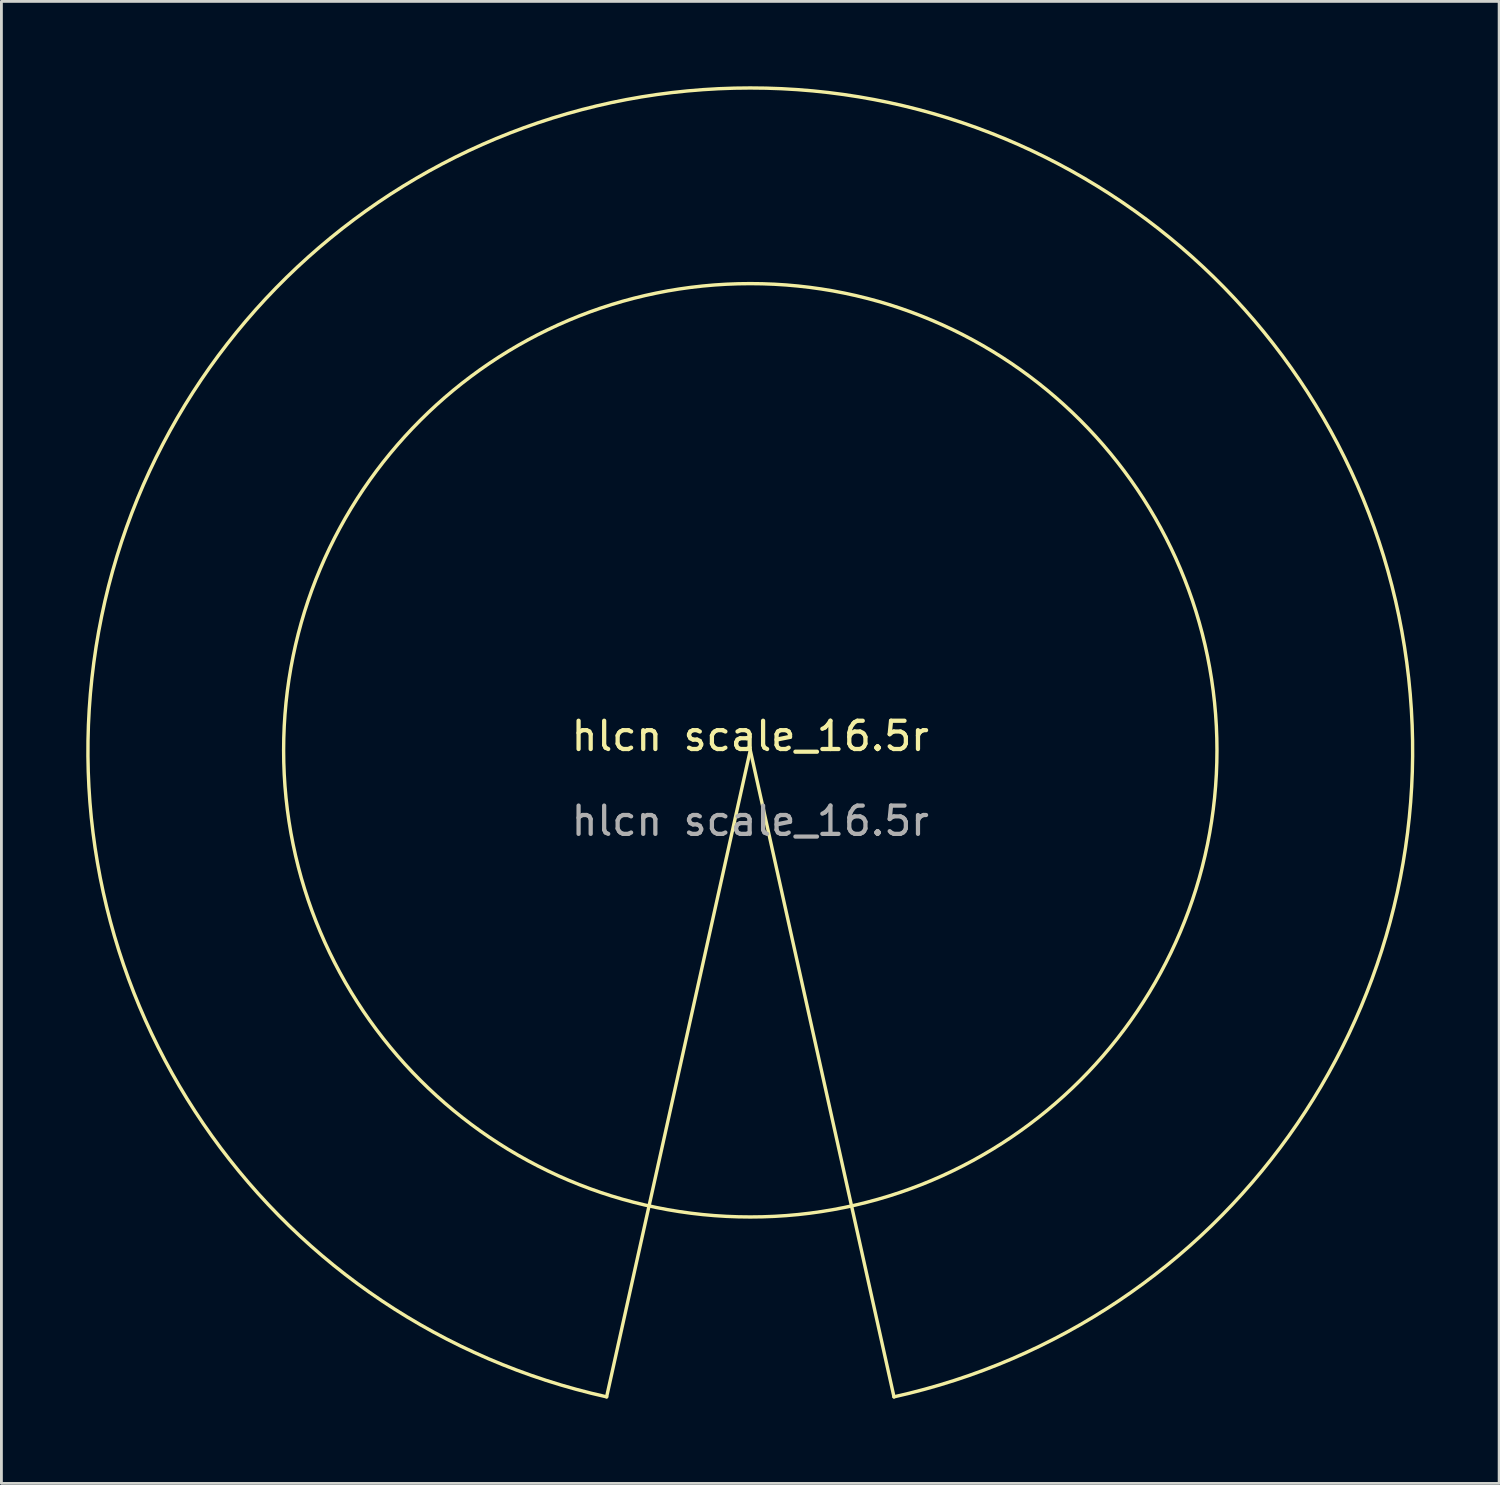
<source format=kicad_pcb>
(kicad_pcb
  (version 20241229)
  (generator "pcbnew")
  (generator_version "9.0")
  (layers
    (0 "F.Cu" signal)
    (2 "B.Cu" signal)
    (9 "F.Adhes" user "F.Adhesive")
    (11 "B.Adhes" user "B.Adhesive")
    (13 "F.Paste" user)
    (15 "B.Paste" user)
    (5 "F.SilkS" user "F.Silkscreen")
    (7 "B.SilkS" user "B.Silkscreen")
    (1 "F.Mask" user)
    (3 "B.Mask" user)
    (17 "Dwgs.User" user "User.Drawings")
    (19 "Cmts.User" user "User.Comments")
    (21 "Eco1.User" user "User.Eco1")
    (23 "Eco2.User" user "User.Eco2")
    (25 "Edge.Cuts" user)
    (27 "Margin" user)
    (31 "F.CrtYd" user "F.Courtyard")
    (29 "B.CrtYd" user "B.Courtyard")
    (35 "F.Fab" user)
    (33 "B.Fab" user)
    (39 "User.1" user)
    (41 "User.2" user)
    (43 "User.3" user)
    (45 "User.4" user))
  (footprint "hlcn scale_16.5r"
    (layer "F.Cu")
    (at 23.478 23.478)
    (property "Reference" "hlcn scale_16.5r" (at 0 -0.5 0) (unlocked yes) (layer "F.SilkS") (effects (font (size 1 1) (thickness 0.15))))
    (fp_line (start 0 0) (end -5.08 22.86) (stroke (width 0.12) (type solid)) (layer "F.SilkS"))
    (fp_line (start 0 0) (end 5.08 22.86) (stroke (width 0.12) (type solid)) (layer "F.SilkS"))
    (fp_arc (start -5.08 22.859999) (mid 0 -23.417642) (end 5.08 22.859999) (stroke (width 0.12) (type solid)) (layer "F.SilkS"))
    (fp_circle (center 0 0) (end 16.5 0) (stroke (width 0.12) (type solid)) (fill no) (layer "F.SilkS"))
    (fp_text user "${REFERENCE}" (at 0 2.5 0) (unlocked yes) (layer "F.Fab") (effects (font (size 1 1) (thickness 0.15)))))
  (gr_rect
    (start -3 -3)
    (end 49.955 49.398)
    (stroke (width 0.1) (type default))
    (fill no)
    (layer "Edge.Cuts")))
</source>
